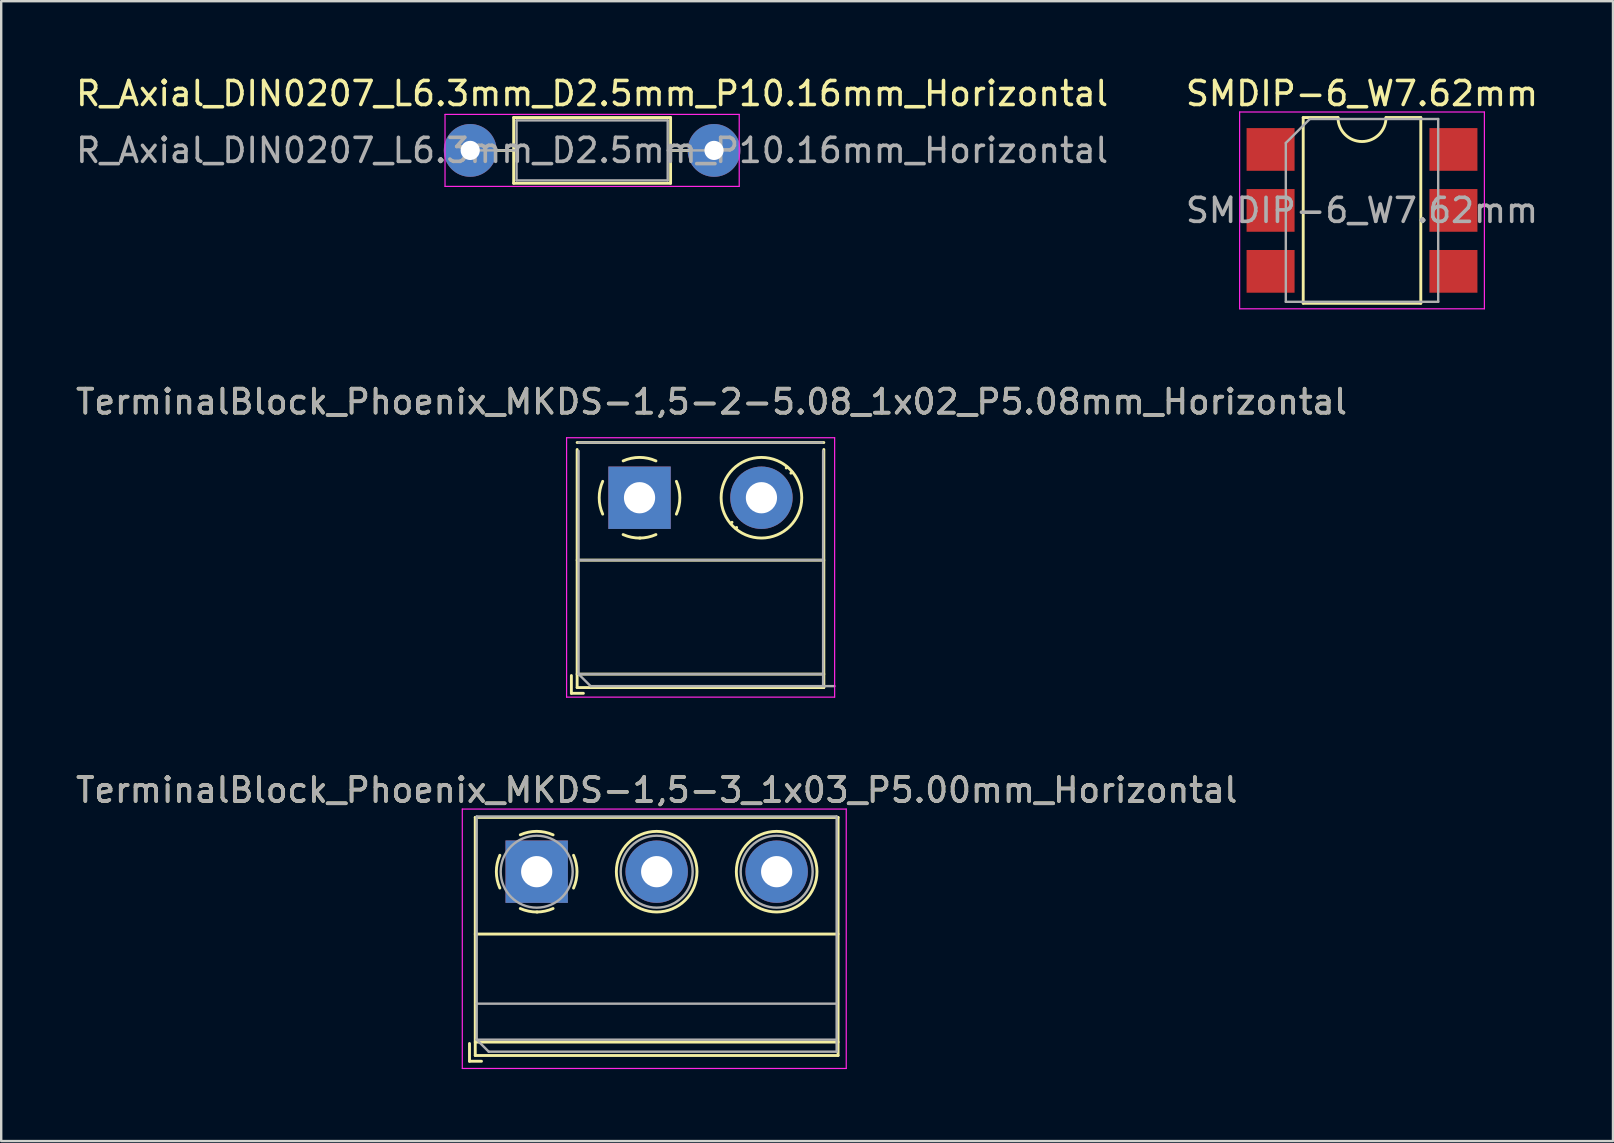
<source format=kicad_pcb>
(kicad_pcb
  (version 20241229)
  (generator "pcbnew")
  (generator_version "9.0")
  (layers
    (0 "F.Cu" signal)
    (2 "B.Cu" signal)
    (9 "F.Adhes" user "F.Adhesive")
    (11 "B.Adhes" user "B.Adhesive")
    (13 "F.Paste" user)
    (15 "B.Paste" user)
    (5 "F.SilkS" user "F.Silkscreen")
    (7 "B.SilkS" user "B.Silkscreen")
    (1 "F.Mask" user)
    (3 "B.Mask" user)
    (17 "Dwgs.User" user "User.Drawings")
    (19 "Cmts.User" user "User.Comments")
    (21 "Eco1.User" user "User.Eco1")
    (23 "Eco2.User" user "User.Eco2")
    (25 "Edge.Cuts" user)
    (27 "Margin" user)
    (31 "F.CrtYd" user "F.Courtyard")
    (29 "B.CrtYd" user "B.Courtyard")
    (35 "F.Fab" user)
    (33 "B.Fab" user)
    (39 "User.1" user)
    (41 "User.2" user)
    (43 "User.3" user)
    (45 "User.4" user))
  (footprint "TerminalBlock_Phoenix_MKDS-1,5-3_1x03_P5.00mm_Horizontal"
    (layer "F.Cu")
    (at 19.315 33.275)
    (property "Reference" "TerminalBlock_Phoenix_MKDS-1,5-3_1x03_P5.00mm_Horizontal" (at 5 -3.4 0) (layer "F.SilkS") (effects (font (size 1 1) (thickness 0.15))))
    (attr through_hole)
    (fp_line (start -2.8 7.16) (end -2.8 7.9) (stroke (width 0.12) (type solid)) (layer "F.SilkS"))
    (fp_line (start -2.8 7.9) (end -2.3 7.9) (stroke (width 0.12) (type solid)) (layer "F.SilkS"))
    (fp_line (start -2.56 -2.261) (end -2.56 7.66) (stroke (width 0.12) (type solid)) (layer "F.SilkS"))
    (fp_line (start -2.56 -2.261) (end 12.56 -2.261) (stroke (width 0.12) (type solid)) (layer "F.SilkS"))
    (fp_line (start -2.56 2.6) (end 12.56 2.6) (stroke (width 0.12) (type solid)) (layer "F.SilkS"))
    (fp_line (start -2.56 7.1) (end 12.56 7.1) (stroke (width 0.12) (type solid)) (layer "F.SilkS"))
    (fp_line (start -2.56 7.66) (end 12.56 7.66) (stroke (width 0.12) (type solid)) (layer "F.SilkS"))
    (fp_line (start 12.56 -2.261) (end 12.56 7.66) (stroke (width 0.12) (type solid)) (layer "F.SilkS"))
    (fp_arc (start -1.535427 0.683042) (mid -1.680501 -0.000524) (end -1.535 -0.684) (stroke (width 0.12) (type solid)) (layer "F.SilkS"))
    (fp_arc (start -0.683042 -1.535427) (mid 0.000524 -1.680501) (end 0.684 -1.535) (stroke (width 0.12) (type solid)) (layer "F.SilkS"))
    (fp_arc (start 0.028805 1.680253) (mid -0.335551 1.646659) (end -0.684 1.535) (stroke (width 0.12) (type solid)) (layer "F.SilkS"))
    (fp_arc (start 0.683318 1.534756) (mid 0.349292 1.643288) (end 0 1.68) (stroke (width 0.12) (type solid)) (layer "F.SilkS"))
    (fp_arc (start 1.535427 -0.683042) (mid 1.680501 0.000524) (end 1.535 0.684) (stroke (width 0.12) (type solid)) (layer "F.SilkS"))
    (fp_circle (center 5 0) (end 6.68 0) (stroke (width 0.12) (type solid)) (fill no) (layer "F.SilkS"))
    (fp_circle (center 10 0) (end 11.68 0) (stroke (width 0.12) (type solid)) (fill no) (layer "F.SilkS"))
    (fp_line (start -3.1 -2.61) (end -3.1 8.2) (stroke (width 0.05) (type solid)) (layer "F.CrtYd"))
    (fp_line (start -3.1 8.2) (end 12.9 8.2) (stroke (width 0.05) (type solid)) (layer "F.CrtYd"))
    (fp_line (start 12.9 -2.61) (end -3.1 -2.61) (stroke (width 0.05) (type solid)) (layer "F.CrtYd"))
    (fp_line (start 12.9 8.2) (end 12.9 -2.61) (stroke (width 0.05) (type solid)) (layer "F.CrtYd"))
    (fp_line (start -2.5 -2.3) (end 12.5 -2.3) (stroke (width 0.1) (type solid)) (layer "F.Fab"))
    (fp_line (start -2.5 5.5) (end 12.5 5.5) (stroke (width 0.1) (type solid)) (layer "F.Fab"))
    (fp_line (start -2.5 7) (end -2.5 -2.3) (stroke (width 0.1) (type solid)) (layer "F.Fab"))
    (fp_line (start -2.5 7) (end 12.5 7) (stroke (width 0.1) (type solid)) (layer "F.Fab"))
    (fp_line (start -2 7.5) (end -2.5 7) (stroke (width 0.1) (type solid)) (layer "F.Fab"))
    (fp_line (start 12.5 -2.3) (end 12.5 7.5) (stroke (width 0.1) (type solid)) (layer "F.Fab"))
    (fp_line (start 12.5 7.5) (end -2 7.5) (stroke (width 0.1) (type solid)) (layer "F.Fab"))
    (fp_circle (center 0 0) (end 1.5 0) (stroke (width 0.1) (type solid)) (fill no) (layer "F.Fab"))
    (fp_circle (center 5 0) (end 6.5 0) (stroke (width 0.1) (type solid)) (fill no) (layer "F.Fab"))
    (fp_circle (center 10 0) (end 11.5 0) (stroke (width 0.1) (type solid)) (fill no) (layer "F.Fab"))
    (fp_text user "${REFERENCE}" (at 5 -3.4 0) (layer "F.Fab") (effects (font (size 1 1) (thickness 0.15))))
    (pad "1" thru_hole rect (at 0 0) (size 2.6 2.6) (drill 1.3) (layers "*.Cu" "*.Mask"))
    (pad "2" thru_hole circle (at 5 0) (size 2.6 2.6) (drill 1.3) (layers "*.Cu" "*.Mask"))
    (pad "3" thru_hole circle (at 10 0) (size 2.6 2.6) (drill 1.3) (layers "*.Cu" "*.Mask")))
  (footprint "SMDIP-6_W7.62mm"
    (layer "F.Cu")
    (at 53.708 5.718)
    (property "Reference" "SMDIP-6_W7.62mm" (at 0 -4.87 0) (layer "F.SilkS") (effects (font (size 1 1) (thickness 0.15))))
    (attr smd)
    (fp_line (start -2.45 -3.87) (end -2.45 3.87) (stroke (width 0.12) (type solid)) (layer "F.SilkS"))
    (fp_line (start -2.45 3.87) (end 2.45 3.87) (stroke (width 0.12) (type solid)) (layer "F.SilkS"))
    (fp_line (start -1 -3.87) (end -2.45 -3.87) (stroke (width 0.12) (type solid)) (layer "F.SilkS"))
    (fp_line (start 2.45 -3.87) (end 1 -3.87) (stroke (width 0.12) (type solid)) (layer "F.SilkS"))
    (fp_line (start 2.45 3.87) (end 2.45 -3.87) (stroke (width 0.12) (type solid)) (layer "F.SilkS"))
    (fp_arc (start 1 -3.87) (mid 0 -2.87) (end -1 -3.87) (stroke (width 0.12) (type solid)) (layer "F.SilkS"))
    (fp_line (start -5.1 -4.1) (end -5.1 4.1) (stroke (width 0.05) (type solid)) (layer "F.CrtYd"))
    (fp_line (start -5.1 4.1) (end 5.1 4.1) (stroke (width 0.05) (type solid)) (layer "F.CrtYd"))
    (fp_line (start 5.1 -4.1) (end -5.1 -4.1) (stroke (width 0.05) (type solid)) (layer "F.CrtYd"))
    (fp_line (start 5.1 4.1) (end 5.1 -4.1) (stroke (width 0.05) (type solid)) (layer "F.CrtYd"))
    (fp_line (start -3.175 -2.81) (end -2.175 -3.81) (stroke (width 0.1) (type solid)) (layer "F.Fab"))
    (fp_line (start -3.175 3.81) (end -3.175 -2.81) (stroke (width 0.1) (type solid)) (layer "F.Fab"))
    (fp_line (start -2.175 -3.81) (end 3.175 -3.81) (stroke (width 0.1) (type solid)) (layer "F.Fab"))
    (fp_line (start 3.175 -3.81) (end 3.175 3.81) (stroke (width 0.1) (type solid)) (layer "F.Fab"))
    (fp_line (start 3.175 3.81) (end -3.175 3.81) (stroke (width 0.1) (type solid)) (layer "F.Fab"))
    (fp_text user "${REFERENCE}" (at 0 0 0) (layer "F.Fab") (effects (font (size 1 1) (thickness 0.15))))
    (pad "1" smd rect (at -3.81 -2.54) (size 2 1.78) (layers "F.Cu" "F.Mask" "F.Paste"))
    (pad "2" smd rect (at -3.81 0) (size 2 1.78) (layers "F.Cu" "F.Mask" "F.Paste"))
    (pad "3" smd rect (at -3.81 2.54) (size 2 1.78) (layers "F.Cu" "F.Mask" "F.Paste"))
    (pad "4" smd rect (at 3.81 2.54) (size 2 1.78) (layers "F.Cu" "F.Mask" "F.Paste"))
    (pad "5" smd rect (at 3.81 0) (size 2 1.78) (layers "F.Cu" "F.Mask" "F.Paste"))
    (pad "6" smd rect (at 3.81 -2.54) (size 2 1.78) (layers "F.Cu" "F.Mask" "F.Paste")))
  (footprint "R_Axial_DIN0207_L6.3mm_D2.5mm_P10.16mm_Horizontal"
    (layer "F.Cu")
    (at 16.545 3.218)
    (property "Reference" "R_Axial_DIN0207_L6.3mm_D2.5mm_P10.16mm_Horizontal" (at 5.08 -2.37 0) (layer "F.SilkS") (effects (font (size 1 1) (thickness 0.15))))
    (attr through_hole)
    (fp_line (start 1.04 0) (end 1.81 0) (stroke (width 0.12) (type solid)) (layer "F.SilkS"))
    (fp_line (start 1.81 -1.37) (end 1.81 1.37) (stroke (width 0.12) (type solid)) (layer "F.SilkS"))
    (fp_line (start 1.81 1.37) (end 8.35 1.37) (stroke (width 0.12) (type solid)) (layer "F.SilkS"))
    (fp_line (start 8.35 -1.37) (end 1.81 -1.37) (stroke (width 0.12) (type solid)) (layer "F.SilkS"))
    (fp_line (start 8.35 1.37) (end 8.35 -1.37) (stroke (width 0.12) (type solid)) (layer "F.SilkS"))
    (fp_line (start 9.12 0) (end 8.35 0) (stroke (width 0.12) (type solid)) (layer "F.SilkS"))
    (fp_line (start -1.05 -1.5) (end -1.05 1.5) (stroke (width 0.05) (type solid)) (layer "F.CrtYd"))
    (fp_line (start -1.05 1.5) (end 11.21 1.5) (stroke (width 0.05) (type solid)) (layer "F.CrtYd"))
    (fp_line (start 11.21 -1.5) (end -1.05 -1.5) (stroke (width 0.05) (type solid)) (layer "F.CrtYd"))
    (fp_line (start 11.21 1.5) (end 11.21 -1.5) (stroke (width 0.05) (type solid)) (layer "F.CrtYd"))
    (fp_line (start 0 0) (end 1.93 0) (stroke (width 0.1) (type solid)) (layer "F.Fab"))
    (fp_line (start 1.93 -1.25) (end 1.93 1.25) (stroke (width 0.1) (type solid)) (layer "F.Fab"))
    (fp_line (start 1.93 1.25) (end 8.23 1.25) (stroke (width 0.1) (type solid)) (layer "F.Fab"))
    (fp_line (start 8.23 -1.25) (end 1.93 -1.25) (stroke (width 0.1) (type solid)) (layer "F.Fab"))
    (fp_line (start 8.23 1.25) (end 8.23 -1.25) (stroke (width 0.1) (type solid)) (layer "F.Fab"))
    (fp_line (start 10.16 0) (end 8.23 0) (stroke (width 0.1) (type solid)) (layer "F.Fab"))
    (fp_text user "${REFERENCE}" (at 5.08 0 0) (layer "F.Fab") (effects (font (size 1 1) (thickness 0.15))))
    (pad "1" thru_hole circle (at 0 0) (size 2.2 2.2) (drill 0.8) (layers "*.Cu" "*.Mask"))
    (pad "2" thru_hole circle (at 10.16 0) (size 2.2 2.2) (drill 0.8) (layers "*.Cu" "*.Mask")))
  (footprint "TerminalBlock_Phoenix_MKDS-1,5-2-5.08_1x02_P5.08mm_Horizontal"
    (layer "F.Cu")
    (at 23.601 17.692)
    (property "Reference" "TerminalBlock_Phoenix_MKDS-1,5-2-5.08_1x02_P5.08mm_Horizontal" (at 3 -4 0) (layer "F.SilkS") (effects (font (size 1 1) (thickness 0.15))))
    (attr through_hole)
    (fp_line (start -2.84 7.41) (end -2.84 8.15) (stroke (width 0.12) (type solid)) (layer "F.SilkS"))
    (fp_line (start -2.84 8.15) (end -2.34 8.15) (stroke (width 0.12) (type solid)) (layer "F.SilkS"))
    (fp_line (start -2.6 -2.301) (end 7.68 -2.301) (stroke (width 0.12) (type solid)) (layer "F.SilkS"))
    (fp_line (start -2.6 -2.011) (end -2.6 7.91) (stroke (width 0.12) (type solid)) (layer "F.SilkS"))
    (fp_line (start -2.6 2.6) (end 7.68 2.6) (stroke (width 0.12) (type solid)) (layer "F.SilkS"))
    (fp_line (start -2.6 7.35) (end 7.68 7.35) (stroke (width 0.12) (type solid)) (layer "F.SilkS"))
    (fp_line (start -2.6 7.91) (end 7.68 7.91) (stroke (width 0.12) (type solid)) (layer "F.SilkS"))
    (fp_line (start 3.853 1.023) (end 3.806 1.069) (stroke (width 0.12) (type solid)) (layer "F.SilkS"))
    (fp_line (start 4.046 1.239) (end 4.011 1.274) (stroke (width 0.12) (type solid)) (layer "F.SilkS"))
    (fp_line (start 6.15 -1.275) (end 6.115 -1.239) (stroke (width 0.12) (type solid)) (layer "F.SilkS"))
    (fp_line (start 6.355 -1.069) (end 6.308 -1.023) (stroke (width 0.12) (type solid)) (layer "F.SilkS"))
    (fp_line (start 7.68 -2.011) (end 7.68 7.91) (stroke (width 0.12) (type solid)) (layer "F.SilkS"))
    (fp_arc (start -1.535427 0.683042) (mid -1.680501 -0.000524) (end -1.535 -0.684) (stroke (width 0.12) (type solid)) (layer "F.SilkS"))
    (fp_arc (start -0.683042 -1.535427) (mid 0.000524 -1.680501) (end 0.684 -1.535) (stroke (width 0.12) (type solid)) (layer "F.SilkS"))
    (fp_arc (start 0.028805 1.680253) (mid -0.335551 1.646659) (end -0.684 1.535) (stroke (width 0.12) (type solid)) (layer "F.SilkS"))
    (fp_arc (start 0.683318 1.534756) (mid 0.349292 1.643288) (end 0 1.68) (stroke (width 0.12) (type solid)) (layer "F.SilkS"))
    (fp_arc (start 1.535427 -0.683042) (mid 1.680501 0.000524) (end 1.535 0.684) (stroke (width 0.12) (type solid)) (layer "F.SilkS"))
    (fp_circle (center 5.08 0) (end 6.76 0) (stroke (width 0.12) (type solid)) (fill no) (layer "F.SilkS"))
    (fp_line (start -3.04 -2.5) (end -3.04 8.31) (stroke (width 0.05) (type solid)) (layer "F.CrtYd"))
    (fp_line (start -3.04 8.31) (end 8.13 8.31) (stroke (width 0.05) (type solid)) (layer "F.CrtYd"))
    (fp_line (start 8.13 -2.5) (end -3.04 -2.5) (stroke (width 0.05) (type solid)) (layer "F.CrtYd"))
    (fp_line (start 8.13 8.31) (end 8.13 -2.5) (stroke (width 0.05) (type solid)) (layer "F.CrtYd"))
    (fp_line (start -2.54 -2.3) (end 7.62 -2.3) (stroke (width 0.1) (type solid)) (layer "F.Fab"))
    (fp_line (start -2.54 2.6) (end 7.62 2.6) (stroke (width 0.1) (type solid)) (layer "F.Fab"))
    (fp_line (start -2.54 7.35) (end -2.54 -1.95) (stroke (width 0.1) (type solid)) (layer "F.Fab"))
    (fp_line (start -2.54 7.35) (end 7.62 7.35) (stroke (width 0.1) (type solid)) (layer "F.Fab"))
    (fp_line (start -2.04 7.85) (end -2.54 7.35) (stroke (width 0.1) (type solid)) (layer "F.Fab"))
    (fp_line (start -2.04 7.85) (end 8.12 7.85) (stroke (width 0.1) (type solid)) (layer "F.Fab"))
    (fp_line (start 7.65 -1.95) (end 7.65 7.85) (stroke (width 0.1) (type solid)) (layer "F.Fab"))
    (fp_text user "${REFERENCE}" (at 3 -4 0) (layer "F.Fab") (effects (font (size 1 1) (thickness 0.15))))
    (pad "1" thru_hole rect (at 0 0) (size 2.6 2.6) (drill 1.3) (layers "*.Cu" "*.Mask"))
    (pad "2" thru_hole circle (at 5.08 0) (size 2.6 2.6) (drill 1.3) (layers "*.Cu" "*.Mask")))
  (gr_rect
    (start -3 -3)
    (end 64.167 44.5)
    (stroke (width 0.1) (type default))
    (fill no)
    (layer "Edge.Cuts")))
</source>
